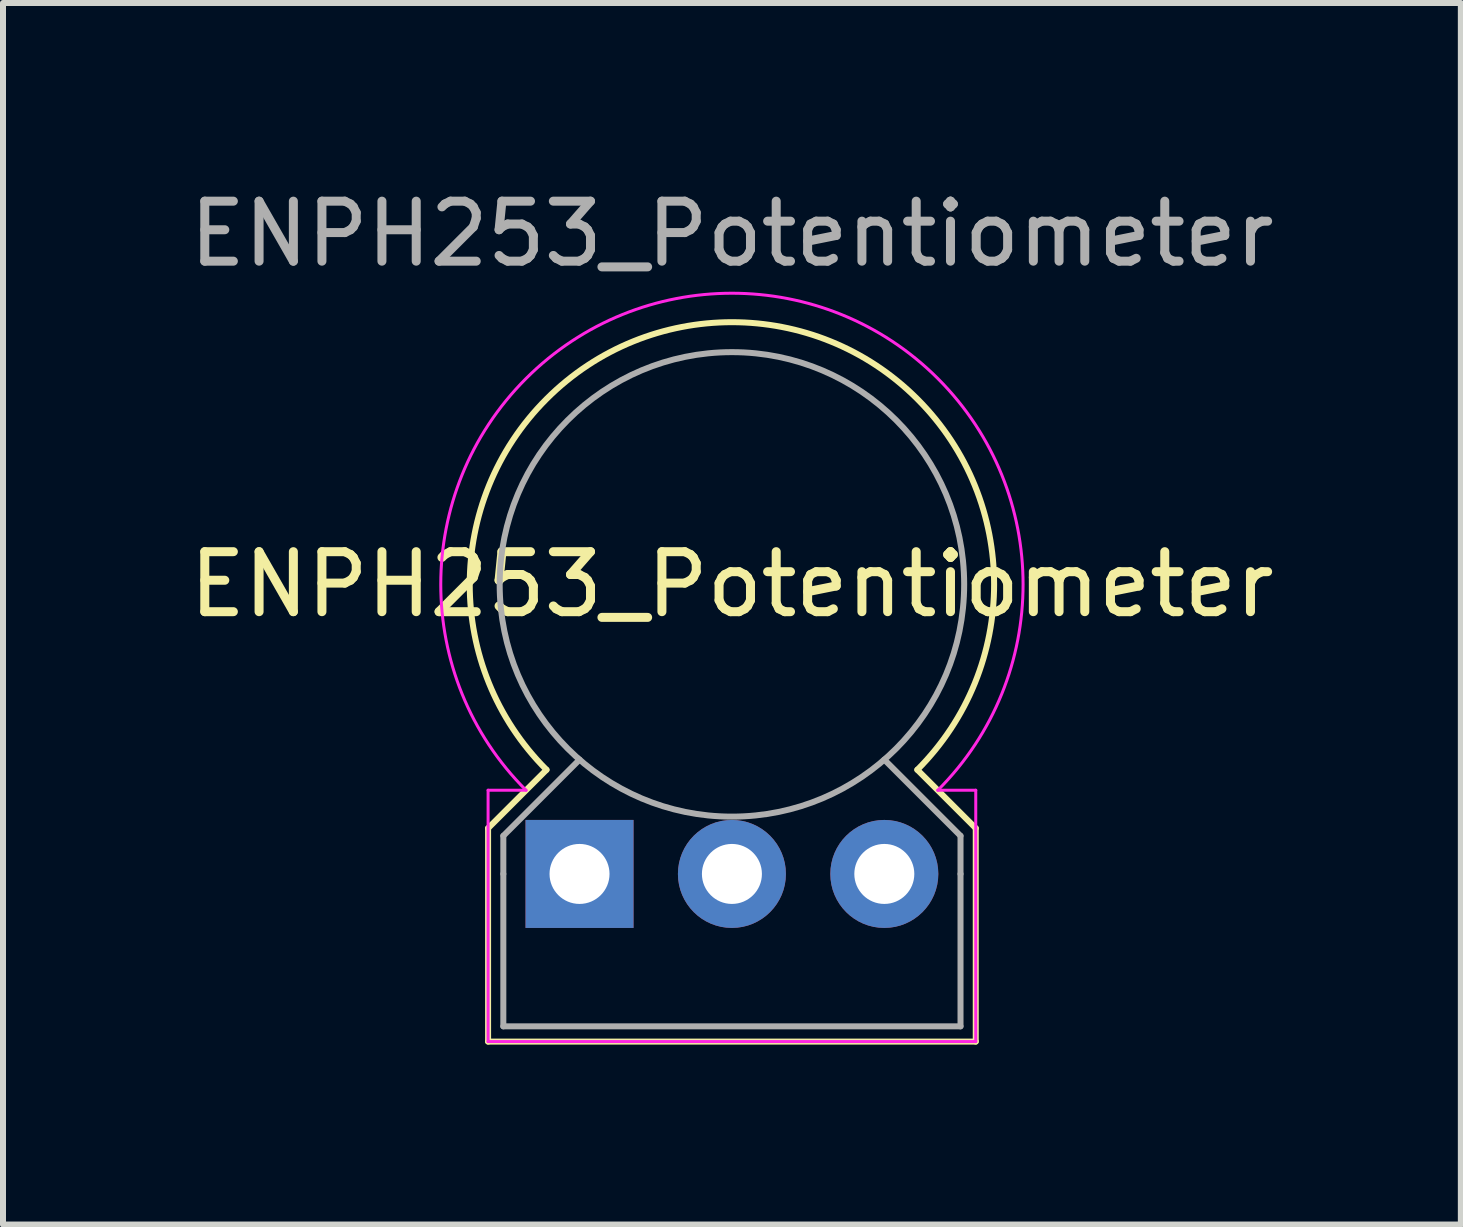
<source format=kicad_pcb>
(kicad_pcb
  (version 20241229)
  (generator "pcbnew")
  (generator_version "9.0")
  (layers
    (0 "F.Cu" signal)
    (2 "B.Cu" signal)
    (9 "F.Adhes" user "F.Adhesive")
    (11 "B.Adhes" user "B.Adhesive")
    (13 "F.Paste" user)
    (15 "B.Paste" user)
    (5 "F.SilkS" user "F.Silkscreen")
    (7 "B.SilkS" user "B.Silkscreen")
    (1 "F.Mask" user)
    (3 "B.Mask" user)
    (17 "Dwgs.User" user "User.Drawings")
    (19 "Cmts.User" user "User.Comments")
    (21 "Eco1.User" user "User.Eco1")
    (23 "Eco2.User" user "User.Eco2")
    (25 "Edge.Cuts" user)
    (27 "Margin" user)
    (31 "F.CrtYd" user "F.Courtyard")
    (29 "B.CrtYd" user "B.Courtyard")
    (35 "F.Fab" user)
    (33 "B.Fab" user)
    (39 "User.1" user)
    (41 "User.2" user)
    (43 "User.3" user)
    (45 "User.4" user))
  (footprint "ENPH253_Potentiometer"
    (layer "F.Cu")
    (at 9.149 11.516)
    (property "Reference" "ENPH253_Potentiometer" (at 0 -4.826 0) (layer "F.SilkS") (effects (font (size 1 1) (thickness 0.15))))
    (attr through_hole)
    (fp_line (start -4.064 -0.762) (end -4.064 2.794) (stroke (width 0.1) (type default)) (layer "F.SilkS"))
    (fp_line (start -4.064 2.794) (end 4.064 2.794) (stroke (width 0.1) (type default)) (layer "F.SilkS"))
    (fp_line (start -3.09 -1.736) (end -4.064 -0.762) (stroke (width 0.1) (type default)) (layer "F.SilkS"))
    (fp_line (start 3.09 -1.736) (end 4.064 -0.762) (stroke (width 0.1) (type default)) (layer "F.SilkS"))
    (fp_line (start 4.064 -0.762) (end 4.064 2.794) (stroke (width 0.1) (type default)) (layer "F.SilkS"))
    (fp_arc (start -3.090043 -1.735957) (mid 0 -9.195981) (end 3.090043 -1.735957) (stroke (width 0.1) (type default)) (layer "F.SilkS"))
    (fp_line (start -4.064 2.794) (end -4.064 -1.395) (stroke (width 0.05) (type default)) (layer "F.CrtYd"))
    (fp_line (start -3.431 -1.395) (end -4.064 -1.395) (stroke (width 0.05) (type default)) (layer "F.CrtYd"))
    (fp_line (start 3.431 -1.395) (end 4.064 -1.395) (stroke (width 0.05) (type default)) (layer "F.CrtYd"))
    (fp_line (start 4.064 -1.395) (end 4.064 2.794) (stroke (width 0.05) (type default)) (layer "F.CrtYd"))
    (fp_line (start 4.064 2.794) (end -4.064 2.794) (stroke (width 0.05) (type default)) (layer "F.CrtYd"))
    (fp_arc (start -3.431351 -1.394649) (mid 0 -9.678663) (end 3.431351 -1.394649) (stroke (width 0.05) (type default)) (layer "F.CrtYd"))
    (fp_line (start -3.81 -0.635) (end -2.54 -1.905) (stroke (width 0.1) (type default)) (layer "F.Fab"))
    (fp_line (start -3.81 0) (end -3.81 -0.635) (stroke (width 0.1) (type default)) (layer "F.Fab"))
    (fp_line (start -3.81 0) (end -3.81 2.54) (stroke (width 0.1) (type default)) (layer "F.Fab"))
    (fp_line (start -3.81 2.54) (end 3.81 2.54) (stroke (width 0.1) (type default)) (layer "F.Fab"))
    (fp_line (start 3.81 -0.635) (end 2.54 -1.905) (stroke (width 0.1) (type default)) (layer "F.Fab"))
    (fp_line (start 3.81 0) (end 3.81 -0.635) (stroke (width 0.1) (type default)) (layer "F.Fab"))
    (fp_line (start 3.81 2.54) (end 3.81 0) (stroke (width 0.1) (type default)) (layer "F.Fab"))
    (fp_circle (center 0 -4.826) (end 2.54 -1.905) (stroke (width 0.1) (type default)) (fill no) (layer "F.Fab"))
    (fp_text user "${REFERENCE}" (at 0 -10.668 0) (layer "F.Fab") (effects (font (size 1 1) (thickness 0.15))))
    (pad "1" thru_hole rect (at -2.54 0) (size 1.8 1.8) (drill 1) (layers "*.Cu" "*.Mask"))
    (pad "2" thru_hole circle (at 0 0) (size 1.8 1.8) (drill 1) (layers "*.Cu" "*.Mask"))
    (pad "3" thru_hole circle (at 2.54 0) (size 1.8 1.8) (drill 1) (layers "*.Cu" "*.Mask")))
  (gr_rect
    (start -3 -3)
    (end 21.298 17.36)
    (stroke (width 0.1) (type default))
    (fill no)
    (layer "Edge.Cuts")))
</source>
